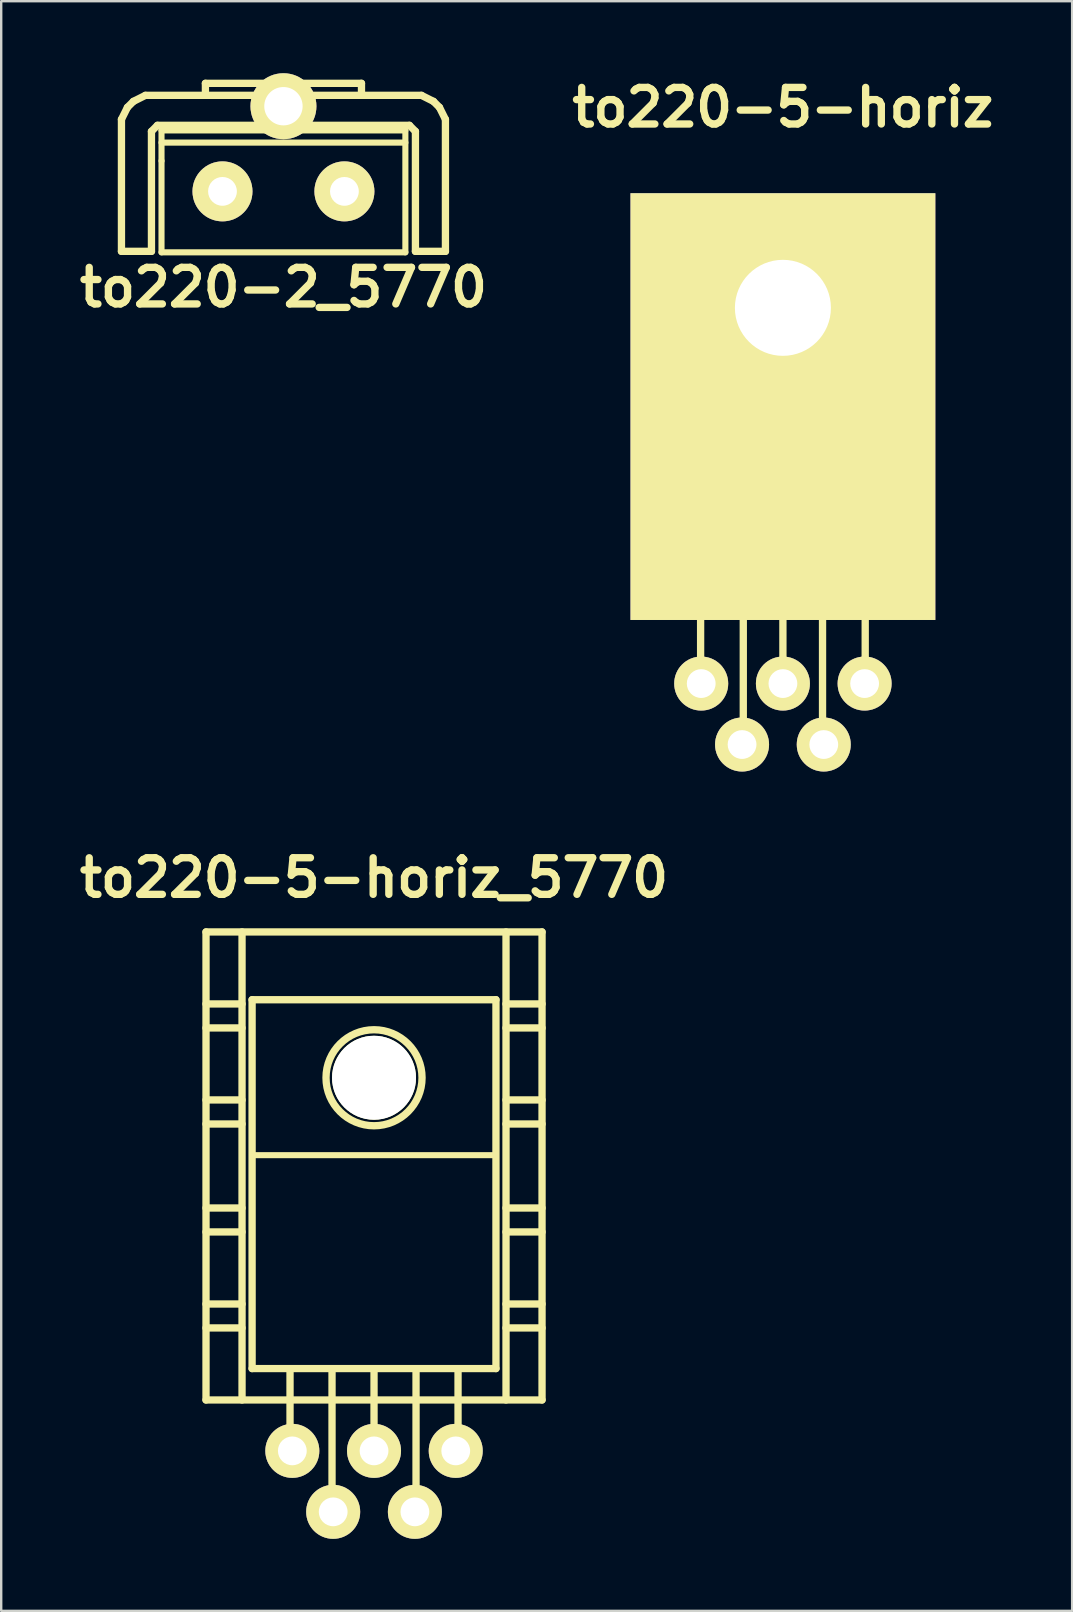
<source format=kicad_pcb>
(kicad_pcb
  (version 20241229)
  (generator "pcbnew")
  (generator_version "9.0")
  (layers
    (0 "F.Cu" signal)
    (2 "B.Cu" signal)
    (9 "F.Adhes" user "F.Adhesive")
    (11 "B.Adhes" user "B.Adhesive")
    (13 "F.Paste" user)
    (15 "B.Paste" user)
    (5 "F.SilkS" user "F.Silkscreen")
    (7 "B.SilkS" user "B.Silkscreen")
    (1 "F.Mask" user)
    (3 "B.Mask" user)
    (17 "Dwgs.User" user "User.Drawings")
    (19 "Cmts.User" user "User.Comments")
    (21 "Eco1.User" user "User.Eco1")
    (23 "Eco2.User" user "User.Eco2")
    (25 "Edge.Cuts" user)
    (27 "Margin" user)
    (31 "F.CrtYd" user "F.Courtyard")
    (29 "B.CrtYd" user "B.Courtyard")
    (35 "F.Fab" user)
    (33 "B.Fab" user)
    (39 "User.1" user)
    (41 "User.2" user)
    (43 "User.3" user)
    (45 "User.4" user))
  (footprint "to220-2_5770"
    (layer "F.Cu")
    (at 8.759 4.923)
    (property "Reference" "to220-2_5770" (at 0 4 0) (layer "F.SilkS") (effects (font (size 1.524 1.524) (thickness 0.305))))
    (attr through_hole)
    (fp_line (start -6.749 -3) (end -6.5 -3.5) (stroke (width 0.305) (type solid)) (layer "F.SilkS"))
    (fp_line (start -6.749 2.499) (end -6.749 -3) (stroke (width 0.305) (type solid)) (layer "F.SilkS"))
    (fp_line (start -6.5 -3.5) (end -6.251 -3.749) (stroke (width 0.305) (type solid)) (layer "F.SilkS"))
    (fp_line (start -6.251 -3.749) (end -5.751 -4) (stroke (width 0.305) (type solid)) (layer "F.SilkS"))
    (fp_line (start -5.499 -2.499) (end -5.499 2.499) (stroke (width 0.305) (type solid)) (layer "F.SilkS"))
    (fp_line (start -5.499 -2.499) (end -5.25 -2.751) (stroke (width 0.305) (type solid)) (layer "F.SilkS"))
    (fp_line (start -5.499 2.499) (end -6.749 2.499) (stroke (width 0.305) (type solid)) (layer "F.SilkS"))
    (fp_line (start -5.25 -2.751) (end 5.25 -2.751) (stroke (width 0.305) (type solid)) (layer "F.SilkS"))
    (fp_line (start -5.08 -2.54) (end -5.08 -1.27) (stroke (width 0.254) (type solid)) (layer "F.SilkS"))
    (fp_line (start -5.08 -2.032) (end 5.08 -2.032) (stroke (width 0.254) (type solid)) (layer "F.SilkS"))
    (fp_line (start -5.08 -1.27) (end -5.08 2.54) (stroke (width 0.254) (type solid)) (layer "F.SilkS"))
    (fp_line (start -5.08 2.54) (end 5.08 2.54) (stroke (width 0.254) (type solid)) (layer "F.SilkS"))
    (fp_line (start -3.251 -4.501) (end 3.251 -4.501) (stroke (width 0.305) (type solid)) (layer "F.SilkS"))
    (fp_line (start -3.251 -4) (end -3.251 -4.501) (stroke (width 0.305) (type solid)) (layer "F.SilkS"))
    (fp_line (start 3.251 -4.501) (end 3.251 -4) (stroke (width 0.305) (type solid)) (layer "F.SilkS"))
    (fp_line (start 5.08 -2.54) (end -5.08 -2.54) (stroke (width 0.254) (type solid)) (layer "F.SilkS"))
    (fp_line (start 5.08 2.54) (end 5.08 -2.54) (stroke (width 0.254) (type solid)) (layer "F.SilkS"))
    (fp_line (start 5.25 -2.751) (end 5.499 -2.499) (stroke (width 0.305) (type solid)) (layer "F.SilkS"))
    (fp_line (start 5.499 2.499) (end 5.499 -2.499) (stroke (width 0.305) (type solid)) (layer "F.SilkS"))
    (fp_line (start 5.751 -4) (end -5.751 -4) (stroke (width 0.305) (type solid)) (layer "F.SilkS"))
    (fp_line (start 5.751 -4) (end 6.251 -3.749) (stroke (width 0.305) (type solid)) (layer "F.SilkS"))
    (fp_line (start 6.251 -3.749) (end 6.5 -3.5) (stroke (width 0.305) (type solid)) (layer "F.SilkS"))
    (fp_line (start 6.5 -3.5) (end 6.749 -3) (stroke (width 0.305) (type solid)) (layer "F.SilkS"))
    (fp_line (start 6.749 -3) (end 6.749 2.499) (stroke (width 0.305) (type solid)) (layer "F.SilkS"))
    (fp_line (start 6.749 2.499) (end 5.499 2.499) (stroke (width 0.305) (type solid)) (layer "F.SilkS"))
    (pad "" thru_hole circle (at 0 -3.548) (size 2.748 2.748) (drill 1.598) (layers "*.Cu" "*.Mask" "F.SilkS"))
    (pad "1" thru_hole circle (at 2.54 0) (size 2.499 2.499) (drill 1.199) (layers "*.Cu" "*.Mask" "F.SilkS"))
    (pad "2" thru_hole circle (at -2.54 0) (size 2.499 2.499) (drill 1.199) (layers "*.Cu" "*.Mask" "F.SilkS")))
  (footprint "to220-5-horiz_5770"
    (layer "F.Cu")
    (at 12.533 49.777)
    (property "Reference" "to220-5-horiz_5770" (at 0 -16.256 0) (layer "F.SilkS") (effects (font (size 1.524 1.524) (thickness 0.305))))
    (attr through_hole)
    (fp_line (start -7 -14) (end -7 5.499) (stroke (width 0.305) (type solid)) (layer "F.SilkS"))
    (fp_line (start -7 -11.001) (end -5.499 -11.001) (stroke (width 0.305) (type solid)) (layer "F.SilkS"))
    (fp_line (start -7 -10) (end -5.499 -10) (stroke (width 0.305) (type solid)) (layer "F.SilkS"))
    (fp_line (start -7 -7) (end -5.499 -7) (stroke (width 0.305) (type solid)) (layer "F.SilkS"))
    (fp_line (start -7 -5.999) (end -5.499 -5.999) (stroke (width 0.305) (type solid)) (layer "F.SilkS"))
    (fp_line (start -7 -2.499) (end -5.499 -2.499) (stroke (width 0.305) (type solid)) (layer "F.SilkS"))
    (fp_line (start -7 -1.501) (end -5.499 -1.501) (stroke (width 0.305) (type solid)) (layer "F.SilkS"))
    (fp_line (start -7 1.501) (end -5.499 1.501) (stroke (width 0.305) (type solid)) (layer "F.SilkS"))
    (fp_line (start -7 2.499) (end -5.499 2.499) (stroke (width 0.305) (type solid)) (layer "F.SilkS"))
    (fp_line (start -7 5.499) (end 7 5.499) (stroke (width 0.305) (type solid)) (layer "F.SilkS"))
    (fp_line (start -5.499 5.499) (end -5.499 -14) (stroke (width 0.305) (type solid)) (layer "F.SilkS"))
    (fp_line (start -5.08 -11.176) (end -5.08 4.191) (stroke (width 0.305) (type solid)) (layer "F.SilkS"))
    (fp_line (start -5.08 4.191) (end 5.08 4.191) (stroke (width 0.305) (type solid)) (layer "F.SilkS"))
    (fp_line (start -3.5 7.75) (end -3.5 4.249) (stroke (width 0.305) (type solid)) (layer "F.SilkS"))
    (fp_line (start -1.75 10.249) (end -1.75 4.249) (stroke (width 0.305) (type solid)) (layer "F.SilkS"))
    (fp_line (start 0 7.75) (end 0 4.249) (stroke (width 0.305) (type solid)) (layer "F.SilkS"))
    (fp_line (start 1.75 10.249) (end 1.75 4.249) (stroke (width 0.305) (type solid)) (layer "F.SilkS"))
    (fp_line (start 3.5 7.75) (end 3.5 4.249) (stroke (width 0.305) (type solid)) (layer "F.SilkS"))
    (fp_line (start 5.08 -11.176) (end -5.08 -11.176) (stroke (width 0.305) (type solid)) (layer "F.SilkS"))
    (fp_line (start 5.08 -4.699) (end -5.08 -4.699) (stroke (width 0.254) (type solid)) (layer "F.SilkS"))
    (fp_line (start 5.08 4.191) (end 5.08 -11.176) (stroke (width 0.305) (type solid)) (layer "F.SilkS"))
    (fp_line (start 5.499 -14) (end 5.499 5.499) (stroke (width 0.305) (type solid)) (layer "F.SilkS"))
    (fp_line (start 5.499 -11.001) (end 7 -11.001) (stroke (width 0.305) (type solid)) (layer "F.SilkS"))
    (fp_line (start 5.499 -10) (end 7 -10) (stroke (width 0.305) (type solid)) (layer "F.SilkS"))
    (fp_line (start 5.499 -7) (end 7 -7) (stroke (width 0.305) (type solid)) (layer "F.SilkS"))
    (fp_line (start 5.499 -5.999) (end 7 -5.999) (stroke (width 0.305) (type solid)) (layer "F.SilkS"))
    (fp_line (start 5.499 -2.499) (end 7 -2.499) (stroke (width 0.305) (type solid)) (layer "F.SilkS"))
    (fp_line (start 5.499 -1.501) (end 7 -1.501) (stroke (width 0.305) (type solid)) (layer "F.SilkS"))
    (fp_line (start 5.499 1.501) (end 7 1.501) (stroke (width 0.305) (type solid)) (layer "F.SilkS"))
    (fp_line (start 5.499 2.499) (end 7 2.499) (stroke (width 0.305) (type solid)) (layer "F.SilkS"))
    (fp_line (start 7 -14) (end -7 -14) (stroke (width 0.305) (type solid)) (layer "F.SilkS"))
    (fp_line (start 7 5.499) (end 7 -14) (stroke (width 0.305) (type solid)) (layer "F.SilkS"))
    (fp_circle (center 0 -7.925) (end -1.999 -8.001) (stroke (width 0.305) (type solid)) (fill no) (layer "F.SilkS"))
    (pad "" np_thru_hole circle (at 0 -7.925) (size 3.498 3.498) (drill 3.498) (layers "*.Cu" "*.Mask" "F.SilkS"))
    (pad "1" thru_hole circle (at 3.404 7.62) (size 2.25 2.25) (drill 1.199) (layers "*.Cu" "*.Mask" "F.SilkS"))
    (pad "2" thru_hole circle (at 1.702 10.16) (size 2.25 2.25) (drill 1.199) (layers "*.Cu" "*.Mask" "F.SilkS"))
    (pad "3" thru_hole circle (at 0 7.62) (size 2.25 2.25) (drill 1.199) (layers "*.Cu" "*.Mask" "F.SilkS"))
    (pad "4" thru_hole circle (at -1.702 10.16) (size 2.25 2.25) (drill 1.199) (layers "*.Cu" "*.Mask" "F.SilkS"))
    (pad "5" thru_hole circle (at -3.404 7.62) (size 2.25 2.25) (drill 1.199) (layers "*.Cu" "*.Mask" "F.SilkS")))
  (footprint "to220-5-horiz"
    (layer "F.Cu")
    (at 29.568 17.428)
    (property "Reference" "to220-5-horiz" (at 0 -16.002 0) (layer "F.SilkS") (effects (font (size 1.524 1.524) (thickness 0.305))))
    (attr through_hole)
    (fp_line (start -5.08 -10.922) (end -5.08 4.445) (stroke (width 0.305) (type solid)) (layer "F.SilkS"))
    (fp_line (start -5.08 4.445) (end 5.08 4.445) (stroke (width 0.305) (type solid)) (layer "F.SilkS"))
    (fp_line (start -3.429 8.001) (end -3.429 4.445) (stroke (width 0.305) (type solid)) (layer "F.SilkS"))
    (fp_line (start -1.651 10.541) (end -1.651 4.445) (stroke (width 0.305) (type solid)) (layer "F.SilkS"))
    (fp_line (start 0 8.001) (end 0 4.445) (stroke (width 0.305) (type solid)) (layer "F.SilkS"))
    (fp_line (start 1.651 10.541) (end 1.651 4.445) (stroke (width 0.305) (type solid)) (layer "F.SilkS"))
    (fp_line (start 3.429 8.001) (end 3.429 4.445) (stroke (width 0.305) (type solid)) (layer "F.SilkS"))
    (fp_line (start 5.08 -10.922) (end -5.08 -10.922) (stroke (width 0.305) (type solid)) (layer "F.SilkS"))
    (fp_line (start 5.08 -4.445) (end -5.08 -4.445) (stroke (width 0.254) (type solid)) (layer "F.SilkS"))
    (fp_line (start 5.08 4.445) (end 5.08 -10.922) (stroke (width 0.305) (type solid)) (layer "F.SilkS"))
    (pad "1" thru_hole circle (at 3.404 8.001) (size 2.25 2.25) (drill 1.199) (layers "*.Cu" "*.Mask" "F.SilkS"))
    (pad "2" thru_hole circle (at 1.702 10.541) (size 2.25 2.25) (drill 1.199) (layers "*.Cu" "*.Mask" "F.SilkS"))
    (pad "3" thru_hole circle (at 0 8.001) (size 2.25 2.25) (drill 1.199) (layers "*.Cu" "*.Mask" "F.SilkS"))
    (pad "4" thru_hole circle (at -1.702 10.541) (size 2.25 2.25) (drill 1.199) (layers "*.Cu" "*.Mask" "F.SilkS"))
    (pad "5" thru_hole circle (at -3.404 8.001) (size 2.25 2.25) (drill 1.199) (layers "*.Cu" "*.Mask" "F.SilkS"))
    (pad "6" thru_hole rect (at 0 -7.653) (size 12.7 17.78) (drill 4 (offset 0 4.115)) (layers "F.Cu" "F.Mask" "F.SilkS")))
  (gr_rect
    (start -3 -3)
    (end 41.618 64.062)
    (stroke (width 0.1) (type default))
    (fill no)
    (layer "Edge.Cuts")))
</source>
